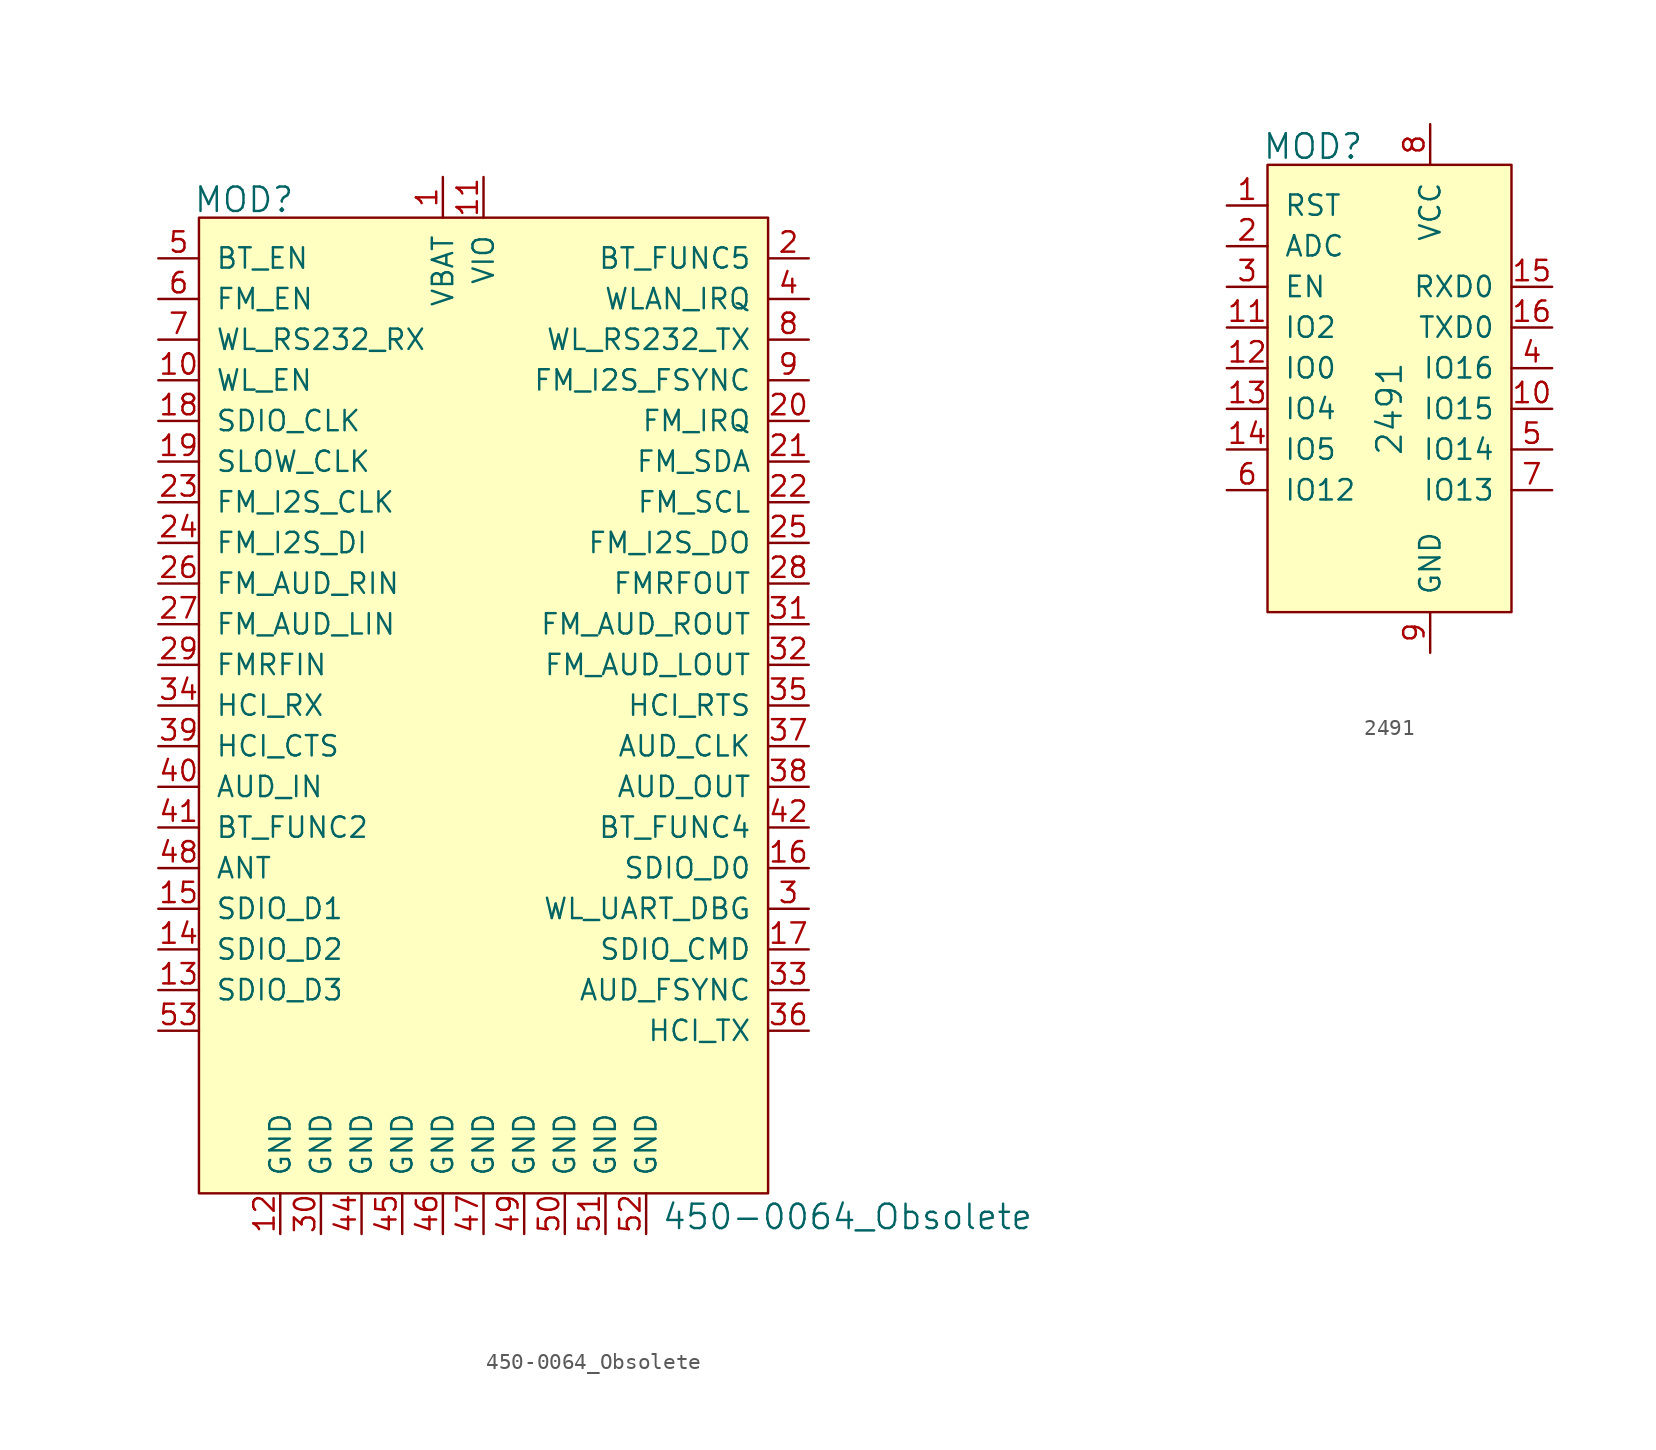
<source format=kicad_sym>
(kicad_symbol_lib
  (version 20211014)
  (generator kicad_symbol_editor)
  (symbol "450-0064_Obsolete"
    (pin_names
      (offset 1.016))
    (property "Reference" "MOD"
      (at -14.961 18.898 0)
      (effects (font (size 1.524 1.524))))
    (property "Value" "450-0064_Obsolete"
      (at 11.1 -44.653 0)
      (effects (font (size 1.524 1.524)) (justify left)))
    (symbol "450-0064_Obsolete_0_1"
      (rectangle (start -17.78 17.78) (end 17.78 -43.18) (stroke (width 0) (type default) (color 0 0 0 0)) (fill (type background))))
    (symbol "450-0064_Obsolete_1_1"
      (pin power_in line (at -2.54 20.32 270) (length 2.54) (name "VBAT" (effects (font (size 1.27 1.27)))) (number "1" (effects (font (size 1.27 1.27)))))
      (pin input line (at -20.32 7.62 0) (length 2.54) (name "WL_EN" (effects (font (size 1.27 1.27)))) (number "10" (effects (font (size 1.27 1.27)))))
      (pin power_in line (at 0 20.32 270) (length 2.54) (name "VIO" (effects (font (size 1.27 1.27)))) (number "11" (effects (font (size 1.27 1.27)))))
      (pin power_in line (at -12.7 -45.72 90) (length 2.54) (name "GND" (effects (font (size 1.27 1.27)))) (number "12" (effects (font (size 1.27 1.27)))))
      (pin bidirectional line (at -20.32 -30.48 0) (length 2.54) (name "SDIO_D3" (effects (font (size 1.27 1.27)))) (number "13" (effects (font (size 1.27 1.27)))))
      (pin bidirectional line (at -20.32 -27.94 0) (length 2.54) (name "SDIO_D2" (effects (font (size 1.27 1.27)))) (number "14" (effects (font (size 1.27 1.27)))))
      (pin bidirectional line (at -20.32 -25.4 0) (length 2.54) (name "SDIO_D1" (effects (font (size 1.27 1.27)))) (number "15" (effects (font (size 1.27 1.27)))))
      (pin bidirectional line (at 20.32 -22.86 180) (length 2.54) (name "SDIO_D0" (effects (font (size 1.27 1.27)))) (number "16" (effects (font (size 1.27 1.27)))))
      (pin bidirectional line (at 20.32 -27.94 180) (length 2.54) (name "SDIO_CMD" (effects (font (size 1.27 1.27)))) (number "17" (effects (font (size 1.27 1.27)))))
      (pin input line (at -20.32 5.08 0) (length 2.54) (name "SDIO_CLK" (effects (font (size 1.27 1.27)))) (number "18" (effects (font (size 1.27 1.27)))))
      (pin input line (at -20.32 2.54 0) (length 2.54) (name "SLOW_CLK" (effects (font (size 1.27 1.27)))) (number "19" (effects (font (size 1.27 1.27)))))
      (pin output line (at 20.32 15.24 180) (length 2.54) (name "BT_FUNC5" (effects (font (size 1.27 1.27)))) (number "2" (effects (font (size 1.27 1.27)))))
      (pin output line (at 20.32 5.08 180) (length 2.54) (name "FM_IRQ" (effects (font (size 1.27 1.27)))) (number "20" (effects (font (size 1.27 1.27)))))
      (pin output line (at 20.32 2.54 180) (length 2.54) (name "FM_SDA" (effects (font (size 1.27 1.27)))) (number "21" (effects (font (size 1.27 1.27)))))
      (pin output line (at 20.32 0 180) (length 2.54) (name "FM_SCL" (effects (font (size 1.27 1.27)))) (number "22" (effects (font (size 1.27 1.27)))))
      (pin input line (at -20.32 0 0) (length 2.54) (name "FM_I2S_CLK" (effects (font (size 1.27 1.27)))) (number "23" (effects (font (size 1.27 1.27)))))
      (pin input line (at -20.32 -2.54 0) (length 2.54) (name "FM_I2S_DI" (effects (font (size 1.27 1.27)))) (number "24" (effects (font (size 1.27 1.27)))))
      (pin output line (at 20.32 -2.54 180) (length 2.54) (name "FM_I2S_DO" (effects (font (size 1.27 1.27)))) (number "25" (effects (font (size 1.27 1.27)))))
      (pin input line (at -20.32 -5.08 0) (length 2.54) (name "FM_AUD_RIN" (effects (font (size 1.27 1.27)))) (number "26" (effects (font (size 1.27 1.27)))))
      (pin input line (at -20.32 -7.62 0) (length 2.54) (name "FM_AUD_LIN" (effects (font (size 1.27 1.27)))) (number "27" (effects (font (size 1.27 1.27)))))
      (pin output line (at 20.32 -5.08 180) (length 2.54) (name "FMRFOUT" (effects (font (size 1.27 1.27)))) (number "28" (effects (font (size 1.27 1.27)))))
      (pin input line (at -20.32 -10.16 0) (length 2.54) (name "FMRFIN" (effects (font (size 1.27 1.27)))) (number "29" (effects (font (size 1.27 1.27)))))
      (pin bidirectional line (at 20.32 -25.4 180) (length 2.54) (name "WL_UART_DBG" (effects (font (size 1.27 1.27)))) (number "3" (effects (font (size 1.27 1.27)))))
      (pin power_in line (at -10.16 -45.72 90) (length 2.54) (name "GND" (effects (font (size 1.27 1.27)))) (number "30" (effects (font (size 1.27 1.27)))))
      (pin output line (at 20.32 -7.62 180) (length 2.54) (name "FM_AUD_ROUT" (effects (font (size 1.27 1.27)))) (number "31" (effects (font (size 1.27 1.27)))))
      (pin output line (at 20.32 -10.16 180) (length 2.54) (name "FM_AUD_LOUT" (effects (font (size 1.27 1.27)))) (number "32" (effects (font (size 1.27 1.27)))))
      (pin bidirectional line (at 20.32 -30.48 180) (length 2.54) (name "AUD_FSYNC" (effects (font (size 1.27 1.27)))) (number "33" (effects (font (size 1.27 1.27)))))
      (pin input line (at -20.32 -12.7 0) (length 2.54) (name "HCI_RX" (effects (font (size 1.27 1.27)))) (number "34" (effects (font (size 1.27 1.27)))))
      (pin output line (at 20.32 -12.7 180) (length 2.54) (name "HCI_RTS" (effects (font (size 1.27 1.27)))) (number "35" (effects (font (size 1.27 1.27)))))
      (pin bidirectional line (at 20.32 -33.02 180) (length 2.54) (name "HCI_TX" (effects (font (size 1.27 1.27)))) (number "36" (effects (font (size 1.27 1.27)))))
      (pin output line (at 20.32 -15.24 180) (length 2.54) (name "AUD_CLK" (effects (font (size 1.27 1.27)))) (number "37" (effects (font (size 1.27 1.27)))))
      (pin output line (at 20.32 -17.78 180) (length 2.54) (name "AUD_OUT" (effects (font (size 1.27 1.27)))) (number "38" (effects (font (size 1.27 1.27)))))
      (pin input line (at -20.32 -15.24 0) (length 2.54) (name "HCI_CTS" (effects (font (size 1.27 1.27)))) (number "39" (effects (font (size 1.27 1.27)))))
      (pin output line (at 20.32 12.7 180) (length 2.54) (name "WLAN_IRQ" (effects (font (size 1.27 1.27)))) (number "4" (effects (font (size 1.27 1.27)))))
      (pin input line (at -20.32 -17.78 0) (length 2.54) (name "AUD_IN" (effects (font (size 1.27 1.27)))) (number "40" (effects (font (size 1.27 1.27)))))
      (pin input line (at -20.32 -20.32 0) (length 2.54) (name "BT_FUNC2" (effects (font (size 1.27 1.27)))) (number "41" (effects (font (size 1.27 1.27)))))
      (pin output line (at 20.32 -20.32 180) (length 2.54) (name "BT_FUNC4" (effects (font (size 1.27 1.27)))) (number "42" (effects (font (size 1.27 1.27)))))
      (pin no_connect line (at 17.78 -35.56 180) (length 2.54) hide (name "VDD_LDO_CLASS_1P5" (effects (font (size 1.27 1.27)))) (number "43" (effects (font (size 1.27 1.27)))))
      (pin power_in line (at -7.62 -45.72 90) (length 2.54) (name "GND" (effects (font (size 1.27 1.27)))) (number "44" (effects (font (size 1.27 1.27)))))
      (pin power_in line (at -5.08 -45.72 90) (length 2.54) (name "GND" (effects (font (size 1.27 1.27)))) (number "45" (effects (font (size 1.27 1.27)))))
      (pin power_in line (at -2.54 -45.72 90) (length 2.54) (name "GND" (effects (font (size 1.27 1.27)))) (number "46" (effects (font (size 1.27 1.27)))))
      (pin power_in line (at 0 -45.72 90) (length 2.54) (name "GND" (effects (font (size 1.27 1.27)))) (number "47" (effects (font (size 1.27 1.27)))))
      (pin bidirectional line (at -20.32 -22.86 0) (length 2.54) (name "ANT" (effects (font (size 1.27 1.27)))) (number "48" (effects (font (size 1.27 1.27)))))
      (pin power_in line (at 2.54 -45.72 90) (length 2.54) (name "GND" (effects (font (size 1.27 1.27)))) (number "49" (effects (font (size 1.27 1.27)))))
      (pin input line (at -20.32 15.24 0) (length 2.54) (name "BT_EN" (effects (font (size 1.27 1.27)))) (number "5" (effects (font (size 1.27 1.27)))))
      (pin power_in line (at 5.08 -45.72 90) (length 2.54) (name "GND" (effects (font (size 1.27 1.27)))) (number "50" (effects (font (size 1.27 1.27)))))
      (pin power_in line (at 7.62 -45.72 90) (length 2.54) (name "GND" (effects (font (size 1.27 1.27)))) (number "51" (effects (font (size 1.27 1.27)))))
      (pin power_in line (at 10.16 -45.72 90) (length 2.54) (name "GND" (effects (font (size 1.27 1.27)))) (number "52" (effects (font (size 1.27 1.27)))))
      (pin unspecified line (at -20.32 -33.02 0) (length 2.54) (name "~" (effects (font (size 1.27 1.27)))) (number "53" (effects (font (size 1.27 1.27)))))
      (pin input line (at -20.32 12.7 0) (length 2.54) (name "FM_EN" (effects (font (size 1.27 1.27)))) (number "6" (effects (font (size 1.27 1.27)))))
      (pin input line (at -20.32 10.16 0) (length 2.54) (name "WL_RS232_RX" (effects (font (size 1.27 1.27)))) (number "7" (effects (font (size 1.27 1.27)))))
      (pin output line (at 20.32 10.16 180) (length 2.54) (name "WL_RS232_TX" (effects (font (size 1.27 1.27)))) (number "8" (effects (font (size 1.27 1.27)))))
      (pin output line (at 20.32 7.62 180) (length 2.54) (name "FM_I2S_FSYNC" (effects (font (size 1.27 1.27)))) (number "9" (effects (font (size 1.27 1.27)))))))
  (symbol "2491"
    (pin_names
      (offset 1.016))
    (property "Reference" "MOD"
      (at -7.315 8.763 0)
      (effects (font (size 1.524 1.524))))
    (property "Value" "2491"
      (at -2.54 -7.62 90)
      (effects (font (size 1.524 1.524))))
    (symbol "2491_0_1"
      (rectangle (start -10.16 7.62) (end 5.08 -20.32) (stroke (width 0) (type default) (color 0 0 0 0)) (fill (type background))))
    (symbol "2491_1_1"
      (pin input line (at -12.7 5.08 0) (length 2.54) (name "RST" (effects (font (size 1.27 1.27)))) (number "1" (effects (font (size 1.27 1.27)))))
      (pin bidirectional line (at 7.62 -7.62 180) (length 2.54) (name "IO15" (effects (font (size 1.27 1.27)))) (number "10" (effects (font (size 1.27 1.27)))))
      (pin bidirectional line (at -12.7 -2.54 0) (length 2.54) (name "IO2" (effects (font (size 1.27 1.27)))) (number "11" (effects (font (size 1.27 1.27)))))
      (pin bidirectional line (at -12.7 -5.08 0) (length 2.54) (name "IO0" (effects (font (size 1.27 1.27)))) (number "12" (effects (font (size 1.27 1.27)))))
      (pin bidirectional line (at -12.7 -7.62 0) (length 2.54) (name "IO4" (effects (font (size 1.27 1.27)))) (number "13" (effects (font (size 1.27 1.27)))))
      (pin bidirectional line (at -12.7 -10.16 0) (length 2.54) (name "IO5" (effects (font (size 1.27 1.27)))) (number "14" (effects (font (size 1.27 1.27)))))
      (pin output line (at 7.62 0 180) (length 2.54) (name "RXD0" (effects (font (size 1.27 1.27)))) (number "15" (effects (font (size 1.27 1.27)))))
      (pin output line (at 7.62 -2.54 180) (length 2.54) (name "TXD0" (effects (font (size 1.27 1.27)))) (number "16" (effects (font (size 1.27 1.27)))))
      (pin input line (at -12.7 2.54 0) (length 2.54) (name "ADC" (effects (font (size 1.27 1.27)))) (number "2" (effects (font (size 1.27 1.27)))))
      (pin input line (at -12.7 0 0) (length 2.54) (name "EN" (effects (font (size 1.27 1.27)))) (number "3" (effects (font (size 1.27 1.27)))))
      (pin bidirectional line (at 7.62 -5.08 180) (length 2.54) (name "IO16" (effects (font (size 1.27 1.27)))) (number "4" (effects (font (size 1.27 1.27)))))
      (pin bidirectional line (at 7.62 -10.16 180) (length 2.54) (name "IO14" (effects (font (size 1.27 1.27)))) (number "5" (effects (font (size 1.27 1.27)))))
      (pin bidirectional line (at -12.7 -12.7 0) (length 2.54) (name "IO12" (effects (font (size 1.27 1.27)))) (number "6" (effects (font (size 1.27 1.27)))))
      (pin bidirectional line (at 7.62 -12.7 180) (length 2.54) (name "IO13" (effects (font (size 1.27 1.27)))) (number "7" (effects (font (size 1.27 1.27)))))
      (pin power_in line (at 0 10.16 270) (length 2.54) (name "VCC" (effects (font (size 1.27 1.27)))) (number "8" (effects (font (size 1.27 1.27)))))
      (pin power_in line (at 0 -22.86 90) (length 2.54) (name "GND" (effects (font (size 1.27 1.27)))) (number "9" (effects (font (size 1.27 1.27))))))))
</source>
